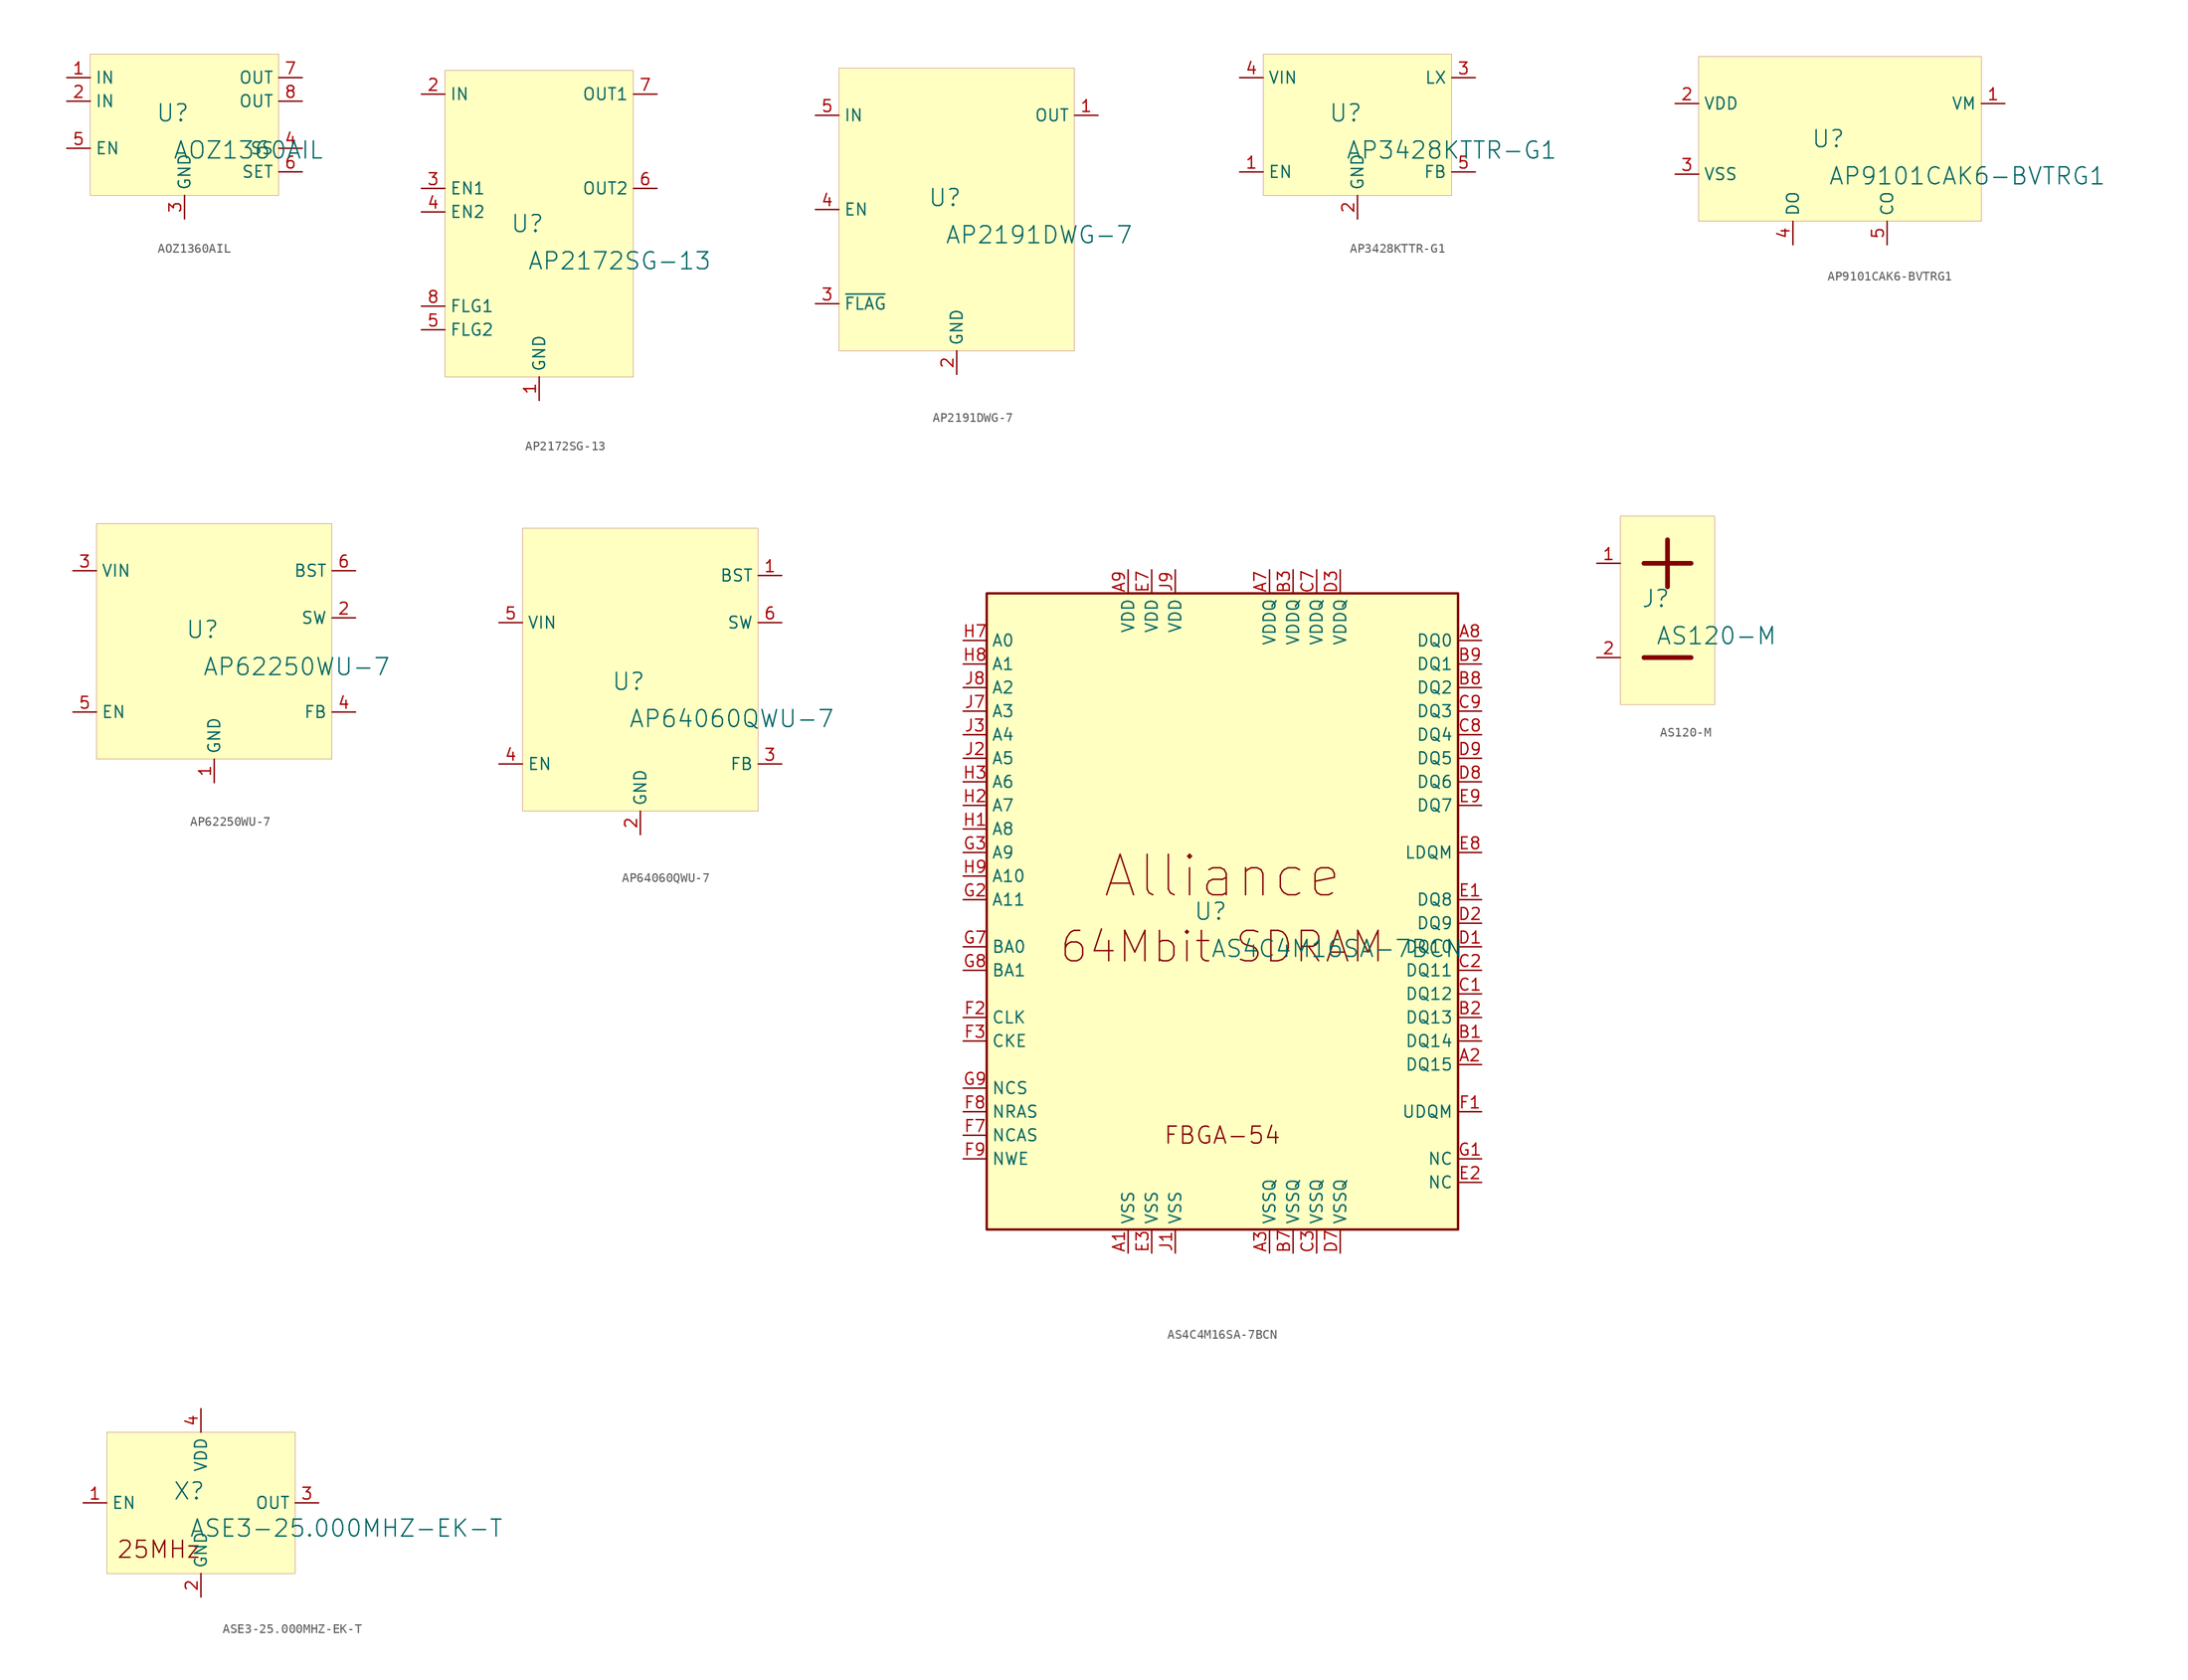
<source format=kicad_sym>
(kicad_symbol_lib
  (version 20231120)
  (generator "kicad_symbol_editor")
  (generator_version "8.0")
  (symbol "AOZ1360AIL"
    (property "Reference" "U"
      (at -1.27 1.27 0)
      (effects (font (size 1.829 1.829))))
    (property "Value" "AOZ1360AIL"
      (at -1.27 -3.81 0)
      (effects (font (size 1.829 1.829)) (justify left bottom)))
    (symbol "AOZ1360AIL_1_0"
      (rectangle (start 10.16 7.62) (end -10.16 -7.62) (stroke (width 0.025) (type solid) (color 128 0 0 1)) (fill (type background)))
      (pin power_in line (at -12.7 5.08 0) (length 2.54) (name "IN" (effects (font (size 1.27 1.27)))) (number "1" (effects (font (size 1.27 1.27)))))
      (pin power_in line (at -12.7 2.54 0) (length 2.54) (name "IN" (effects (font (size 1.27 1.27)))) (number "2" (effects (font (size 1.27 1.27)))))
      (pin power_in line (at 0 -10.16 90) (length 2.54) (name "GND" (effects (font (size 1.27 1.27)))) (number "3" (effects (font (size 1.27 1.27)))))
      (pin passive line (at 12.7 -2.54 180) (length 2.54) (name "SS" (effects (font (size 1.27 1.27)))) (number "4" (effects (font (size 1.27 1.27)))))
      (pin input line (at -12.7 -2.54 0) (length 2.54) (name "EN" (effects (font (size 1.27 1.27)))) (number "5" (effects (font (size 1.27 1.27)))))
      (pin power_in line (at 12.7 -5.08 180) (length 2.54) (name "SET" (effects (font (size 1.27 1.27)))) (number "6" (effects (font (size 1.27 1.27)))))
      (pin power_in line (at 12.7 5.08 180) (length 2.54) (name "OUT" (effects (font (size 1.27 1.27)))) (number "7" (effects (font (size 1.27 1.27)))))
      (pin power_in line (at 12.7 2.54 180) (length 2.54) (name "OUT" (effects (font (size 1.27 1.27)))) (number "8" (effects (font (size 1.27 1.27)))))))
  (symbol "AP2172SG-13"
    (property "Reference" "U"
      (at -1.27 1.27 0)
      (effects (font (size 1.829 1.829))))
    (property "Value" "AP2172SG-13"
      (at -1.27 -3.81 0)
      (effects (font (size 1.829 1.829)) (justify left bottom)))
    (symbol "AP2172SG-13_1_0"
      (rectangle (start 10.16 17.78) (end -10.16 -15.24) (stroke (width 0.025) (type solid) (color 128 0 0 1)) (fill (type background)))
      (pin power_in line (at 0 -17.78 90) (length 2.54) (name "GND" (effects (font (size 1.27 1.27)))) (number "1" (effects (font (size 1.27 1.27)))))
      (pin power_in line (at -12.7 15.24 0) (length 2.54) (name "IN" (effects (font (size 1.27 1.27)))) (number "2" (effects (font (size 1.27 1.27)))))
      (pin input line (at -12.7 5.08 0) (length 2.54) (name "EN1" (effects (font (size 1.27 1.27)))) (number "3" (effects (font (size 1.27 1.27)))))
      (pin input line (at -12.7 2.54 0) (length 2.54) (name "EN2" (effects (font (size 1.27 1.27)))) (number "4" (effects (font (size 1.27 1.27)))))
      (pin open_collector line (at -12.7 -10.16 0) (length 2.54) (name "FLG2" (effects (font (size 1.27 1.27)))) (number "5" (effects (font (size 1.27 1.27)))))
      (pin power_in line (at 12.7 5.08 180) (length 2.54) (name "OUT2" (effects (font (size 1.27 1.27)))) (number "6" (effects (font (size 1.27 1.27)))))
      (pin power_in line (at 12.7 15.24 180) (length 2.54) (name "OUT1" (effects (font (size 1.27 1.27)))) (number "7" (effects (font (size 1.27 1.27)))))
      (pin open_collector line (at -12.7 -7.62 0) (length 2.54) (name "FLG1" (effects (font (size 1.27 1.27)))) (number "8" (effects (font (size 1.27 1.27)))))))
  (symbol "AP2191DWG-7"
    (property "Reference" "U"
      (at -1.27 1.27 0)
      (effects (font (size 1.829 1.829))))
    (property "Value" "AP2191DWG-7"
      (at -1.27 -3.81 0)
      (effects (font (size 1.829 1.829)) (justify left bottom)))
    (symbol "AP2191DWG-7_1_0"
      (rectangle (start 12.7 15.24) (end -12.7 -15.24) (stroke (width 0.025) (type solid) (color 128 0 0 1)) (fill (type background)))
      (pin power_in line (at 15.24 10.16 180) (length 2.54) (name "OUT" (effects (font (size 1.27 1.27)))) (number "1" (effects (font (size 1.27 1.27)))))
      (pin power_in line (at 0 -17.78 90) (length 2.54) (name "GND" (effects (font (size 1.27 1.27)))) (number "2" (effects (font (size 1.27 1.27)))))
      (pin open_collector line (at -15.24 -10.16 0) (length 2.54) (name "~{FLAG}" (effects (font (size 1.27 1.27)))) (number "3" (effects (font (size 1.27 1.27)))))
      (pin input line (at -15.24 0 0) (length 2.54) (name "EN" (effects (font (size 1.27 1.27)))) (number "4" (effects (font (size 1.27 1.27)))))
      (pin power_in line (at -15.24 10.16 0) (length 2.54) (name "IN" (effects (font (size 1.27 1.27)))) (number "5" (effects (font (size 1.27 1.27)))))))
  (symbol "AP3428KTTR-G1"
    (property "Reference" "U"
      (at -1.27 1.27 0)
      (effects (font (size 1.829 1.829))))
    (property "Value" "AP3428KTTR-G1"
      (at -1.27 -3.81 0)
      (effects (font (size 1.829 1.829)) (justify left bottom)))
    (symbol "AP3428KTTR-G1_1_0"
      (rectangle (start 10.16 7.62) (end -10.16 -7.62) (stroke (width 0.025) (type solid) (color 128 0 0 1)) (fill (type background)))
      (pin input line (at -12.7 -5.08 0) (length 2.54) (name "EN" (effects (font (size 1.27 1.27)))) (number "1" (effects (font (size 1.27 1.27)))))
      (pin power_in line (at 0 -10.16 90) (length 2.54) (name "GND" (effects (font (size 1.27 1.27)))) (number "2" (effects (font (size 1.27 1.27)))))
      (pin power_in line (at 12.7 5.08 180) (length 2.54) (name "LX" (effects (font (size 1.27 1.27)))) (number "3" (effects (font (size 1.27 1.27)))))
      (pin power_in line (at -12.7 5.08 0) (length 2.54) (name "VIN" (effects (font (size 1.27 1.27)))) (number "4" (effects (font (size 1.27 1.27)))))
      (pin input line (at 12.7 -5.08 180) (length 2.54) (name "FB" (effects (font (size 1.27 1.27)))) (number "5" (effects (font (size 1.27 1.27)))))))
  (symbol "AP9101CAK6-BVTRG1"
    (property "Reference" "U"
      (at -1.27 1.27 0)
      (effects (font (size 1.829 1.829))))
    (property "Value" "AP9101CAK6-BVTRG1"
      (at -1.27 -3.81 0)
      (effects (font (size 1.829 1.829)) (justify left bottom)))
    (symbol "AP9101CAK6-BVTRG1_1_0"
      (rectangle (start 15.24 10.16) (end -15.24 -7.62) (stroke (width 0.025) (type solid) (color 128 0 0 1)) (fill (type background)))
      (pin power_in line (at 17.78 5.08 180) (length 2.54) (name "VM" (effects (font (size 1.27 1.27)))) (number "1" (effects (font (size 1.27 1.27)))))
      (pin power_in line (at -17.78 5.08 0) (length 2.54) (name "VDD" (effects (font (size 1.27 1.27)))) (number "2" (effects (font (size 1.27 1.27)))))
      (pin power_in line (at -17.78 -2.54 0) (length 2.54) (name "VSS" (effects (font (size 1.27 1.27)))) (number "3" (effects (font (size 1.27 1.27)))))
      (pin output line (at -5.08 -10.16 90) (length 2.54) (name "DO" (effects (font (size 1.27 1.27)))) (number "4" (effects (font (size 1.27 1.27)))))
      (pin output line (at 5.08 -10.16 90) (length 2.54) (name "CO" (effects (font (size 1.27 1.27)))) (number "5" (effects (font (size 1.27 1.27)))))))
  (symbol "AP62250WU-7"
    (property "Reference" "U"
      (at -1.27 1.27 0)
      (effects (font (size 1.829 1.829))))
    (property "Value" "AP62250WU-7"
      (at -1.27 -3.81 0)
      (effects (font (size 1.829 1.829)) (justify left bottom)))
    (symbol "AP62250WU-7_1_0"
      (rectangle (start 12.7 12.7) (end -12.7 -12.7) (stroke (width 0.025) (type solid) (color 128 0 0 1)) (fill (type background)))
      (pin power_in line (at 0 -15.24 90) (length 2.54) (name "GND" (effects (font (size 1.27 1.27)))) (number "1" (effects (font (size 1.27 1.27)))))
      (pin power_in line (at 15.24 2.54 180) (length 2.54) (name "SW" (effects (font (size 1.27 1.27)))) (number "2" (effects (font (size 1.27 1.27)))))
      (pin power_in line (at -15.24 7.62 0) (length 2.54) (name "VIN" (effects (font (size 1.27 1.27)))) (number "3" (effects (font (size 1.27 1.27)))))
      (pin input line (at 15.24 -7.62 180) (length 2.54) (name "FB" (effects (font (size 1.27 1.27)))) (number "4" (effects (font (size 1.27 1.27)))))
      (pin input line (at -15.24 -7.62 0) (length 2.54) (name "EN" (effects (font (size 1.27 1.27)))) (number "5" (effects (font (size 1.27 1.27)))))
      (pin power_in line (at 15.24 7.62 180) (length 2.54) (name "BST" (effects (font (size 1.27 1.27)))) (number "6" (effects (font (size 1.27 1.27)))))))
  (symbol "AP64060QWU-7"
    (property "Reference" "U"
      (at -1.27 1.27 0)
      (effects (font (size 1.829 1.829))))
    (property "Value" "AP64060QWU-7"
      (at -1.27 -3.81 0)
      (effects (font (size 1.829 1.829)) (justify left bottom)))
    (symbol "AP64060QWU-7_1_0"
      (rectangle (start 12.7 17.78) (end -12.7 -12.7) (stroke (width 0.025) (type solid) (color 128 0 0 1)) (fill (type background)))
      (pin power_in line (at 15.24 12.7 180) (length 2.54) (name "BST" (effects (font (size 1.27 1.27)))) (number "1" (effects (font (size 1.27 1.27)))))
      (pin power_in line (at 0 -15.24 90) (length 2.54) (name "GND" (effects (font (size 1.27 1.27)))) (number "2" (effects (font (size 1.27 1.27)))))
      (pin input line (at 15.24 -7.62 180) (length 2.54) (name "FB" (effects (font (size 1.27 1.27)))) (number "3" (effects (font (size 1.27 1.27)))))
      (pin input line (at -15.24 -7.62 0) (length 2.54) (name "EN" (effects (font (size 1.27 1.27)))) (number "4" (effects (font (size 1.27 1.27)))))
      (pin power_in line (at -15.24 7.62 0) (length 2.54) (name "VIN" (effects (font (size 1.27 1.27)))) (number "5" (effects (font (size 1.27 1.27)))))
      (pin power_in line (at 15.24 7.62 180) (length 2.54) (name "SW" (effects (font (size 1.27 1.27)))) (number "6" (effects (font (size 1.27 1.27)))))))
  (symbol "AS4C4M16SA-7BCN"
    (property "Reference" "U"
      (at -1.27 1.27 0)
      (effects (font (size 1.829 1.829))))
    (property "Value" "AS4C4M16SA-7BCN"
      (at -1.27 -3.81 0)
      (effects (font (size 1.829 1.829)) (justify left bottom)))
    (symbol "AS4C4M16SA-7BCN_1_0"
      (rectangle (start 25.4 35.56) (end -25.4 -33.02) (stroke (width 0.254) (type solid) (color 128 0 0 1)) (fill (type background)))
      (text "64Mbit SDRAM" (at 0 -2.54 0) (effects (font (size 3.277 3.277))))
      (text "Alliance" (at 0 5.08 0) (effects (font (size 4.369 4.369))))
      (text "FBGA-54" (at 0 -22.86 0) (effects (font (size 1.829 1.829))))
      (pin power_in line (at -10.16 -35.56 90) (length 2.54) (name "VSS" (effects (font (size 1.27 1.27)))) (number "A1" (effects (font (size 1.27 1.27)))))
      (pin bidirectional line (at 27.94 -15.24 180) (length 2.54) (name "DQ15" (effects (font (size 1.27 1.27)))) (number "A2" (effects (font (size 1.27 1.27)))))
      (pin power_in line (at 5.08 -35.56 90) (length 2.54) (name "VSSQ" (effects (font (size 1.27 1.27)))) (number "A3" (effects (font (size 1.27 1.27)))))
      (pin power_in line (at 5.08 38.1 270) (length 2.54) (name "VDDQ" (effects (font (size 1.27 1.27)))) (number "A7" (effects (font (size 1.27 1.27)))))
      (pin bidirectional line (at 27.94 30.48 180) (length 2.54) (name "DQ0" (effects (font (size 1.27 1.27)))) (number "A8" (effects (font (size 1.27 1.27)))))
      (pin power_in line (at -10.16 38.1 270) (length 2.54) (name "VDD" (effects (font (size 1.27 1.27)))) (number "A9" (effects (font (size 1.27 1.27)))))
      (pin bidirectional line (at 27.94 -12.7 180) (length 2.54) (name "DQ14" (effects (font (size 1.27 1.27)))) (number "B1" (effects (font (size 1.27 1.27)))))
      (pin bidirectional line (at 27.94 -10.16 180) (length 2.54) (name "DQ13" (effects (font (size 1.27 1.27)))) (number "B2" (effects (font (size 1.27 1.27)))))
      (pin power_in line (at 7.62 38.1 270) (length 2.54) (name "VDDQ" (effects (font (size 1.27 1.27)))) (number "B3" (effects (font (size 1.27 1.27)))))
      (pin power_in line (at 7.62 -35.56 90) (length 2.54) (name "VSSQ" (effects (font (size 1.27 1.27)))) (number "B7" (effects (font (size 1.27 1.27)))))
      (pin bidirectional line (at 27.94 25.4 180) (length 2.54) (name "DQ2" (effects (font (size 1.27 1.27)))) (number "B8" (effects (font (size 1.27 1.27)))))
      (pin bidirectional line (at 27.94 27.94 180) (length 2.54) (name "DQ1" (effects (font (size 1.27 1.27)))) (number "B9" (effects (font (size 1.27 1.27)))))
      (pin bidirectional line (at 27.94 -7.62 180) (length 2.54) (name "DQ12" (effects (font (size 1.27 1.27)))) (number "C1" (effects (font (size 1.27 1.27)))))
      (pin bidirectional line (at 27.94 -5.08 180) (length 2.54) (name "DQ11" (effects (font (size 1.27 1.27)))) (number "C2" (effects (font (size 1.27 1.27)))))
      (pin power_in line (at 10.16 -35.56 90) (length 2.54) (name "VSSQ" (effects (font (size 1.27 1.27)))) (number "C3" (effects (font (size 1.27 1.27)))))
      (pin power_in line (at 10.16 38.1 270) (length 2.54) (name "VDDQ" (effects (font (size 1.27 1.27)))) (number "C7" (effects (font (size 1.27 1.27)))))
      (pin bidirectional line (at 27.94 20.32 180) (length 2.54) (name "DQ4" (effects (font (size 1.27 1.27)))) (number "C8" (effects (font (size 1.27 1.27)))))
      (pin bidirectional line (at 27.94 22.86 180) (length 2.54) (name "DQ3" (effects (font (size 1.27 1.27)))) (number "C9" (effects (font (size 1.27 1.27)))))
      (pin bidirectional line (at 27.94 -2.54 180) (length 2.54) (name "DQ10" (effects (font (size 1.27 1.27)))) (number "D1" (effects (font (size 1.27 1.27)))))
      (pin bidirectional line (at 27.94 0 180) (length 2.54) (name "DQ9" (effects (font (size 1.27 1.27)))) (number "D2" (effects (font (size 1.27 1.27)))))
      (pin power_in line (at 12.7 38.1 270) (length 2.54) (name "VDDQ" (effects (font (size 1.27 1.27)))) (number "D3" (effects (font (size 1.27 1.27)))))
      (pin power_in line (at 12.7 -35.56 90) (length 2.54) (name "VSSQ" (effects (font (size 1.27 1.27)))) (number "D7" (effects (font (size 1.27 1.27)))))
      (pin bidirectional line (at 27.94 15.24 180) (length 2.54) (name "DQ6" (effects (font (size 1.27 1.27)))) (number "D8" (effects (font (size 1.27 1.27)))))
      (pin bidirectional line (at 27.94 17.78 180) (length 2.54) (name "DQ5" (effects (font (size 1.27 1.27)))) (number "D9" (effects (font (size 1.27 1.27)))))
      (pin bidirectional line (at 27.94 2.54 180) (length 2.54) (name "DQ8" (effects (font (size 1.27 1.27)))) (number "E1" (effects (font (size 1.27 1.27)))))
      (pin passive line (at 27.94 -27.94 180) (length 2.54) (name "NC" (effects (font (size 1.27 1.27)))) (number "E2" (effects (font (size 1.27 1.27)))))
      (pin power_in line (at -7.62 -35.56 90) (length 2.54) (name "VSS" (effects (font (size 1.27 1.27)))) (number "E3" (effects (font (size 1.27 1.27)))))
      (pin power_in line (at -7.62 38.1 270) (length 2.54) (name "VDD" (effects (font (size 1.27 1.27)))) (number "E7" (effects (font (size 1.27 1.27)))))
      (pin input line (at 27.94 7.62 180) (length 2.54) (name "LDQM" (effects (font (size 1.27 1.27)))) (number "E8" (effects (font (size 1.27 1.27)))))
      (pin bidirectional line (at 27.94 12.7 180) (length 2.54) (name "DQ7" (effects (font (size 1.27 1.27)))) (number "E9" (effects (font (size 1.27 1.27)))))
      (pin input line (at 27.94 -20.32 180) (length 2.54) (name "UDQM" (effects (font (size 1.27 1.27)))) (number "F1" (effects (font (size 1.27 1.27)))))
      (pin input line (at -27.94 -10.16 0) (length 2.54) (name "CLK" (effects (font (size 1.27 1.27)))) (number "F2" (effects (font (size 1.27 1.27)))))
      (pin input line (at -27.94 -12.7 0) (length 2.54) (name "CKE" (effects (font (size 1.27 1.27)))) (number "F3" (effects (font (size 1.27 1.27)))))
      (pin input line (at -27.94 -22.86 0) (length 2.54) (name "NCAS" (effects (font (size 1.27 1.27)))) (number "F7" (effects (font (size 1.27 1.27)))))
      (pin input line (at -27.94 -20.32 0) (length 2.54) (name "NRAS" (effects (font (size 1.27 1.27)))) (number "F8" (effects (font (size 1.27 1.27)))))
      (pin input line (at -27.94 -25.4 0) (length 2.54) (name "NWE" (effects (font (size 1.27 1.27)))) (number "F9" (effects (font (size 1.27 1.27)))))
      (pin passive line (at 27.94 -25.4 180) (length 2.54) (name "NC" (effects (font (size 1.27 1.27)))) (number "G1" (effects (font (size 1.27 1.27)))))
      (pin input line (at -27.94 2.54 0) (length 2.54) (name "A11" (effects (font (size 1.27 1.27)))) (number "G2" (effects (font (size 1.27 1.27)))))
      (pin input line (at -27.94 7.62 0) (length 2.54) (name "A9" (effects (font (size 1.27 1.27)))) (number "G3" (effects (font (size 1.27 1.27)))))
      (pin input line (at -27.94 -2.54 0) (length 2.54) (name "BA0" (effects (font (size 1.27 1.27)))) (number "G7" (effects (font (size 1.27 1.27)))))
      (pin input line (at -27.94 -5.08 0) (length 2.54) (name "BA1" (effects (font (size 1.27 1.27)))) (number "G8" (effects (font (size 1.27 1.27)))))
      (pin input line (at -27.94 -17.78 0) (length 2.54) (name "NCS" (effects (font (size 1.27 1.27)))) (number "G9" (effects (font (size 1.27 1.27)))))
      (pin input line (at -27.94 10.16 0) (length 2.54) (name "A8" (effects (font (size 1.27 1.27)))) (number "H1" (effects (font (size 1.27 1.27)))))
      (pin input line (at -27.94 12.7 0) (length 2.54) (name "A7" (effects (font (size 1.27 1.27)))) (number "H2" (effects (font (size 1.27 1.27)))))
      (pin input line (at -27.94 15.24 0) (length 2.54) (name "A6" (effects (font (size 1.27 1.27)))) (number "H3" (effects (font (size 1.27 1.27)))))
      (pin input line (at -27.94 30.48 0) (length 2.54) (name "A0" (effects (font (size 1.27 1.27)))) (number "H7" (effects (font (size 1.27 1.27)))))
      (pin input line (at -27.94 27.94 0) (length 2.54) (name "A1" (effects (font (size 1.27 1.27)))) (number "H8" (effects (font (size 1.27 1.27)))))
      (pin input line (at -27.94 5.08 0) (length 2.54) (name "A10" (effects (font (size 1.27 1.27)))) (number "H9" (effects (font (size 1.27 1.27)))))
      (pin power_in line (at -5.08 -35.56 90) (length 2.54) (name "VSS" (effects (font (size 1.27 1.27)))) (number "J1" (effects (font (size 1.27 1.27)))))
      (pin input line (at -27.94 17.78 0) (length 2.54) (name "A5" (effects (font (size 1.27 1.27)))) (number "J2" (effects (font (size 1.27 1.27)))))
      (pin input line (at -27.94 20.32 0) (length 2.54) (name "A4" (effects (font (size 1.27 1.27)))) (number "J3" (effects (font (size 1.27 1.27)))))
      (pin input line (at -27.94 22.86 0) (length 2.54) (name "A3" (effects (font (size 1.27 1.27)))) (number "J7" (effects (font (size 1.27 1.27)))))
      (pin input line (at -27.94 25.4 0) (length 2.54) (name "A2" (effects (font (size 1.27 1.27)))) (number "J8" (effects (font (size 1.27 1.27)))))
      (pin power_in line (at -5.08 38.1 270) (length 2.54) (name "VDD" (effects (font (size 1.27 1.27)))) (number "J9" (effects (font (size 1.27 1.27)))))))
  (symbol "AS120-M"
    (property "Reference" "J"
      (at -1.27 1.27 0)
      (effects (font (size 1.829 1.829))))
    (property "Value" "AS120-M"
      (at -1.27 -3.81 0)
      (effects (font (size 1.829 1.829)) (justify left bottom)))
    (symbol "AS120-M_1_0"
      (polyline (pts (xy -2.54 -5.08) (xy 2.54 -5.08)) (stroke (width 0.508) (type solid)) (fill (type none)))
      (polyline (pts (xy -2.54 5.08) (xy 2.54 5.08)) (stroke (width 0.508) (type solid)) (fill (type none)))
      (polyline (pts (xy 0 7.62) (xy 0 2.54)) (stroke (width 0.508) (type solid)) (fill (type none)))
      (rectangle (start 5.08 10.16) (end -5.08 -10.16) (stroke (width 0.025) (type solid) (color 128 0 0 1)) (fill (type background)))
      (pin power_in line (at -7.62 5.08 0) (length 2.54) (name "V+" (effects (font (size 0 0)))) (number "1" (effects (font (size 1.27 1.27)))))
      (pin power_in line (at -7.62 -5.08 0) (length 2.54) (name "V-" (effects (font (size 0 0)))) (number "2" (effects (font (size 1.27 1.27)))))))
  (symbol "ASE3-25.000MHZ-EK-T"
    (property "Reference" "X"
      (at -1.27 1.27 0)
      (effects (font (size 1.829 1.829))))
    (property "Value" "ASE3-25.000MHZ-EK-T"
      (at -1.27 -3.81 0)
      (effects (font (size 1.829 1.829)) (justify left bottom)))
    (symbol "ASE3-25.000MHZ-EK-T_1_0"
      (rectangle (start 10.16 7.62) (end -10.16 -7.62) (stroke (width 0.025) (type solid) (color 128 0 0 1)) (fill (type background)))
      (text "25MHz" (at -9.144 -6.096 0) (effects (font (size 1.829 1.829)) (justify left bottom)))
      (pin input line (at -12.7 0 0) (length 2.54) (name "EN" (effects (font (size 1.27 1.27)))) (number "1" (effects (font (size 1.27 1.27)))))
      (pin power_in line (at 0 -10.16 90) (length 2.54) (name "GND" (effects (font (size 1.27 1.27)))) (number "2" (effects (font (size 1.27 1.27)))))
      (pin passive line (at 12.7 0 180) (length 2.54) (name "OUT" (effects (font (size 1.27 1.27)))) (number "3" (effects (font (size 1.27 1.27)))))
      (pin power_in line (at 0 10.16 270) (length 2.54) (name "VDD" (effects (font (size 1.27 1.27)))) (number "4" (effects (font (size 1.27 1.27))))))))
</source>
